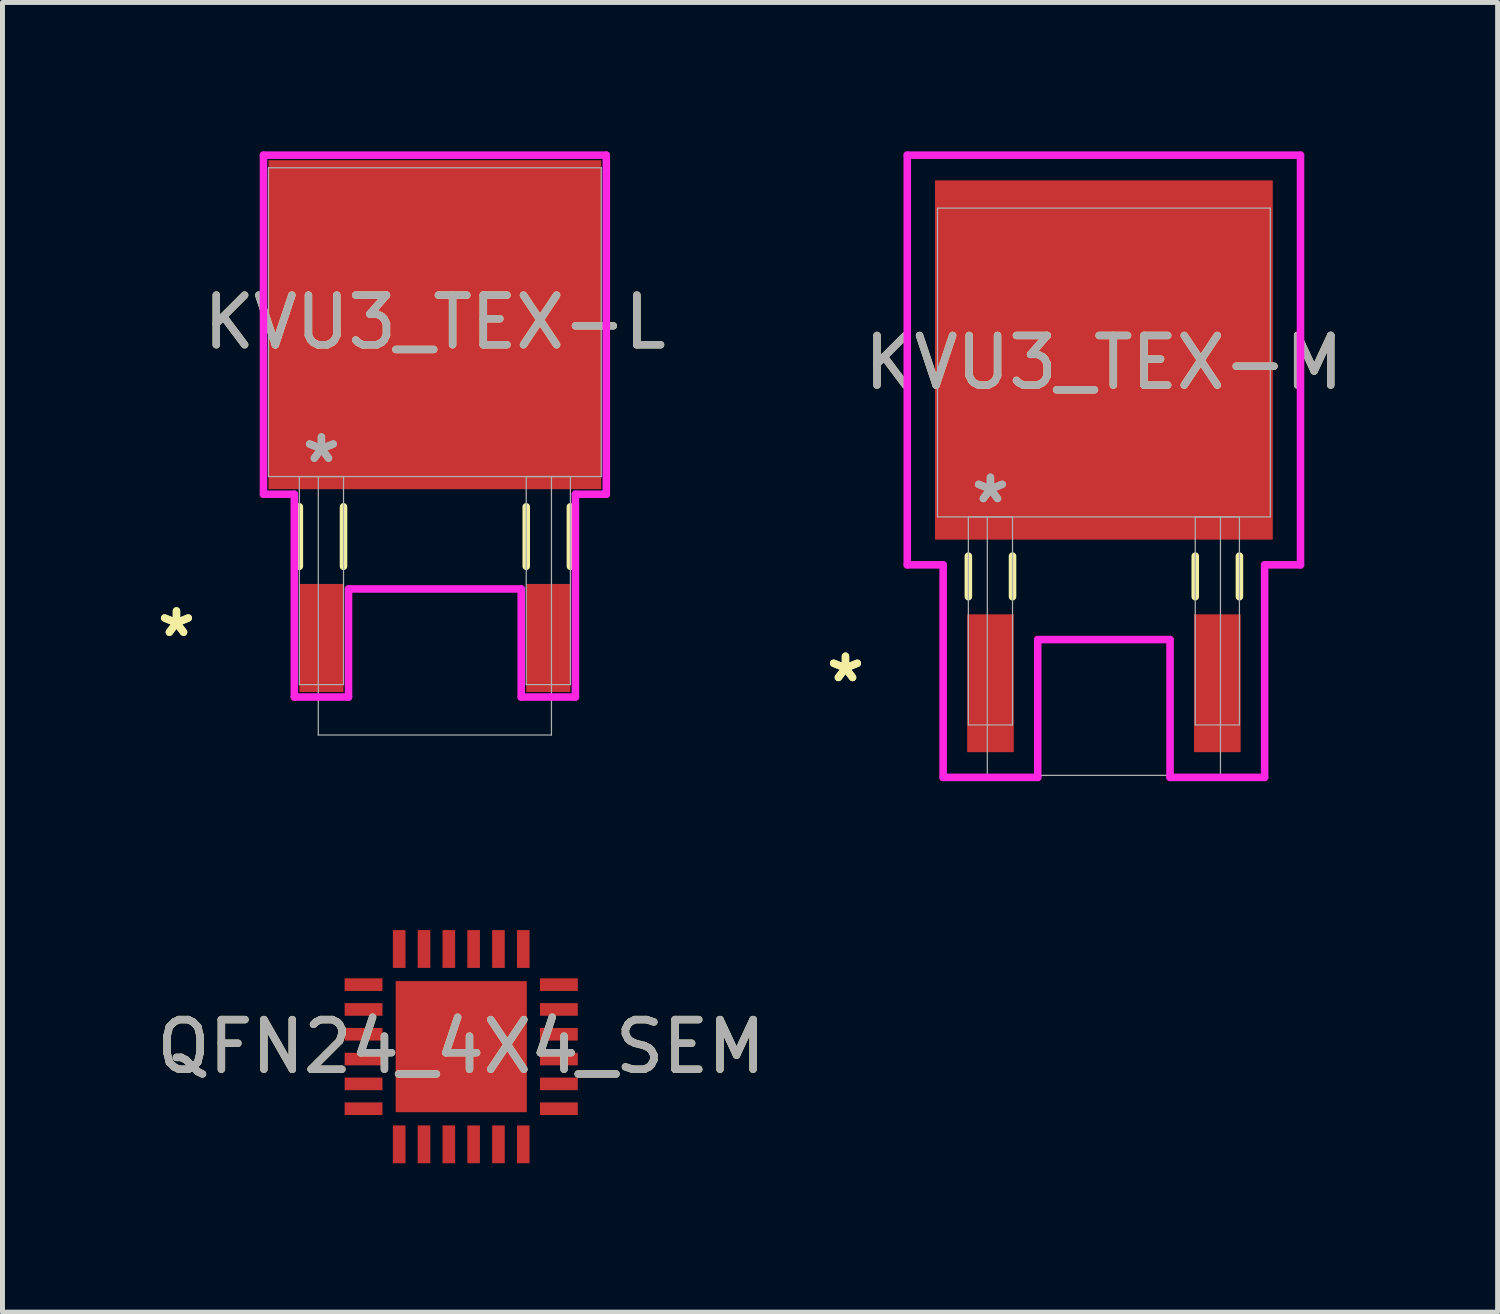
<source format=kicad_pcb>
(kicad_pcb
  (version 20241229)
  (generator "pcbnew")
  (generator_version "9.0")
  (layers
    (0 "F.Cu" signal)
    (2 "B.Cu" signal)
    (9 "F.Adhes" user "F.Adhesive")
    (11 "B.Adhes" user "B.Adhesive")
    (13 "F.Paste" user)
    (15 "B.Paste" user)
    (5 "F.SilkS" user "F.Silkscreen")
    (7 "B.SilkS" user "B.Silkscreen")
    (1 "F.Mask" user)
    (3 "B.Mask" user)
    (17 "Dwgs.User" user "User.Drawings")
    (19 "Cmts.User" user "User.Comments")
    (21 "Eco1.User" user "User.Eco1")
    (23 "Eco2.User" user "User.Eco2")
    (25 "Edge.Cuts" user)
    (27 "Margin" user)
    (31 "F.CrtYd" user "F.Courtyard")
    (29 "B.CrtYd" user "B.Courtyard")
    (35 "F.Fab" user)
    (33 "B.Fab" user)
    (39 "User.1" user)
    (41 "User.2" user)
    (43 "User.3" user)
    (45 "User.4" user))
  (footprint "KVU3_TEX-L"
    (layer "F.Cu")
    (at 5.713 3.442)
    (property "Reference" "KVU3_TEX-L" (at 0 0 0) (unlocked yes) (layer "F.SilkS") (effects (font (size 1 1) (thickness 0.15))))
    (attr smd)
    (fp_line (start -2.731 3.721) (end -2.731 4.919) (stroke (width 0.152) (type solid)) (layer "F.SilkS"))
    (fp_line (start -1.841 3.721) (end -1.841 4.919) (stroke (width 0.152) (type solid)) (layer "F.SilkS"))
    (fp_line (start 1.841 3.721) (end 1.841 4.919) (stroke (width 0.152) (type solid)) (layer "F.SilkS"))
    (fp_line (start 2.731 3.721) (end 2.731 4.919) (stroke (width 0.152) (type solid)) (layer "F.SilkS"))
    (fp_line (start -3.454 -3.365) (end 3.454 -3.365) (stroke (width 0.152) (type solid)) (layer "F.CrtYd"))
    (fp_line (start -3.454 3.467) (end -3.454 -3.365) (stroke (width 0.152) (type solid)) (layer "F.CrtYd"))
    (fp_line (start -2.832 3.467) (end -3.454 3.467) (stroke (width 0.152) (type solid)) (layer "F.CrtYd"))
    (fp_line (start -2.832 7.554) (end -2.832 3.467) (stroke (width 0.152) (type solid)) (layer "F.CrtYd"))
    (fp_line (start -1.74 5.376) (end -1.74 7.554) (stroke (width 0.152) (type solid)) (layer "F.CrtYd"))
    (fp_line (start -1.74 7.554) (end -2.832 7.554) (stroke (width 0.152) (type solid)) (layer "F.CrtYd"))
    (fp_line (start 1.74 5.376) (end -1.74 5.376) (stroke (width 0.152) (type solid)) (layer "F.CrtYd"))
    (fp_line (start 1.74 7.554) (end 1.74 5.376) (stroke (width 0.152) (type solid)) (layer "F.CrtYd"))
    (fp_line (start 2.832 3.467) (end 2.832 7.554) (stroke (width 0.152) (type solid)) (layer "F.CrtYd"))
    (fp_line (start 2.832 7.554) (end 1.74 7.554) (stroke (width 0.152) (type solid)) (layer "F.CrtYd"))
    (fp_line (start 3.454 -3.365) (end 3.454 3.467) (stroke (width 0.152) (type solid)) (layer "F.CrtYd"))
    (fp_line (start 3.454 3.467) (end 2.832 3.467) (stroke (width 0.152) (type solid)) (layer "F.CrtYd"))
    (fp_line (start -3.353 -3.111) (end -3.353 3.111) (stroke (width 0.025) (type solid)) (layer "F.Fab"))
    (fp_line (start -3.353 3.111) (end 3.353 3.111) (stroke (width 0.025) (type solid)) (layer "F.Fab"))
    (fp_line (start -2.731 3.111) (end -2.731 7.303) (stroke (width 0.025) (type solid)) (layer "F.Fab"))
    (fp_line (start -2.731 7.303) (end -1.841 7.303) (stroke (width 0.025) (type solid)) (layer "F.Fab"))
    (fp_line (start -2.349 3.111) (end -2.349 8.319) (stroke (width 0.025) (type solid)) (layer "F.Fab"))
    (fp_line (start -2.349 8.319) (end 2.349 8.319) (stroke (width 0.025) (type solid)) (layer "F.Fab"))
    (fp_line (start -1.841 3.111) (end -2.731 3.111) (stroke (width 0.025) (type solid)) (layer "F.Fab"))
    (fp_line (start -1.841 7.303) (end -1.841 3.111) (stroke (width 0.025) (type solid)) (layer "F.Fab"))
    (fp_line (start 1.841 3.111) (end 1.841 7.303) (stroke (width 0.025) (type solid)) (layer "F.Fab"))
    (fp_line (start 1.841 7.303) (end 2.731 7.303) (stroke (width 0.025) (type solid)) (layer "F.Fab"))
    (fp_line (start 2.349 8.319) (end 2.349 3.111) (stroke (width 0.025) (type solid)) (layer "F.Fab"))
    (fp_line (start 2.731 3.111) (end 1.841 3.111) (stroke (width 0.025) (type solid)) (layer "F.Fab"))
    (fp_line (start 2.731 7.303) (end 2.731 3.111) (stroke (width 0.025) (type solid)) (layer "F.Fab"))
    (fp_line (start 3.353 -3.111) (end -3.353 -3.111) (stroke (width 0.025) (type solid)) (layer "F.Fab"))
    (fp_line (start 3.353 3.111) (end 3.353 -3.111) (stroke (width 0.025) (type solid)) (layer "F.Fab"))
    (fp_text user "*" (at -5.207 6.364 0) (unlocked yes) (layer "F.SilkS") (effects (font (size 1 1) (thickness 0.15))))
    (fp_text user "*" (at -5.207 6.364 0) (layer "F.SilkS") (effects (font (size 1 1) (thickness 0.15))))
    (fp_text user "*" (at -2.286 2.857 0) (layer "F.Fab") (effects (font (size 1 1) (thickness 0.15))))
    (fp_text user "*" (at -2.286 2.857 0) (unlocked yes) (layer "F.Fab") (effects (font (size 1 1) (thickness 0.15))))
    (fp_text user "${REFERENCE}" (at 0 0 0) (unlocked yes) (layer "F.Fab") (effects (font (size 1 1) (thickness 0.15))))
    (pad "1" smd rect (at -2.286 6.364) (size 0.889 2.178) (layers "F.Cu" "F.Mask" "F.Paste"))
    (pad "2" smd rect (at 0 0.051) (size 6.706 6.629) (layers "F.Cu" "F.Mask" "F.Paste"))
    (pad "3" smd rect (at 2.286 6.364) (size 0.889 2.178) (layers "F.Cu" "F.Mask" "F.Paste")))
  (footprint "KVU3_TEX-M"
    (layer "F.Cu")
    (at 19.194 4.255)
    (property "Reference" "KVU3_TEX-M" (at 0 0 0) (unlocked yes) (layer "F.SilkS") (effects (font (size 1 1) (thickness 0.15))))
    (attr smd)
    (fp_line (start -2.731 3.901) (end -2.731 4.719) (stroke (width 0.152) (type solid)) (layer "F.SilkS"))
    (fp_line (start -1.841 3.901) (end -1.841 4.719) (stroke (width 0.152) (type solid)) (layer "F.SilkS"))
    (fp_line (start 1.841 3.901) (end 1.841 4.719) (stroke (width 0.152) (type solid)) (layer "F.SilkS"))
    (fp_line (start 2.731 3.901) (end 2.731 4.719) (stroke (width 0.152) (type solid)) (layer "F.SilkS"))
    (fp_line (start -3.962 -4.178) (end 3.962 -4.178) (stroke (width 0.152) (type solid)) (layer "F.CrtYd"))
    (fp_line (start -3.962 4.077) (end -3.962 -4.178) (stroke (width 0.152) (type solid)) (layer "F.CrtYd"))
    (fp_line (start -3.239 4.077) (end -3.962 4.077) (stroke (width 0.152) (type solid)) (layer "F.CrtYd"))
    (fp_line (start -3.239 8.36) (end -3.239 4.077) (stroke (width 0.152) (type solid)) (layer "F.CrtYd"))
    (fp_line (start -1.333 5.583) (end -1.333 8.36) (stroke (width 0.152) (type solid)) (layer "F.CrtYd"))
    (fp_line (start -1.333 8.36) (end -3.239 8.36) (stroke (width 0.152) (type solid)) (layer "F.CrtYd"))
    (fp_line (start 1.333 5.583) (end -1.333 5.583) (stroke (width 0.152) (type solid)) (layer "F.CrtYd"))
    (fp_line (start 1.333 8.36) (end 1.333 5.583) (stroke (width 0.152) (type solid)) (layer "F.CrtYd"))
    (fp_line (start 3.239 4.077) (end 3.239 8.36) (stroke (width 0.152) (type solid)) (layer "F.CrtYd"))
    (fp_line (start 3.239 8.36) (end 1.333 8.36) (stroke (width 0.152) (type solid)) (layer "F.CrtYd"))
    (fp_line (start 3.962 -4.178) (end 3.962 4.077) (stroke (width 0.152) (type solid)) (layer "F.CrtYd"))
    (fp_line (start 3.962 4.077) (end 3.239 4.077) (stroke (width 0.152) (type solid)) (layer "F.CrtYd"))
    (fp_line (start -3.353 -3.111) (end -3.353 3.111) (stroke (width 0.025) (type solid)) (layer "F.Fab"))
    (fp_line (start -3.353 3.111) (end 3.353 3.111) (stroke (width 0.025) (type solid)) (layer "F.Fab"))
    (fp_line (start -2.731 3.111) (end -2.731 7.303) (stroke (width 0.025) (type solid)) (layer "F.Fab"))
    (fp_line (start -2.731 7.303) (end -1.841 7.303) (stroke (width 0.025) (type solid)) (layer "F.Fab"))
    (fp_line (start -2.349 3.111) (end -2.349 8.319) (stroke (width 0.025) (type solid)) (layer "F.Fab"))
    (fp_line (start -2.349 8.319) (end 2.349 8.319) (stroke (width 0.025) (type solid)) (layer "F.Fab"))
    (fp_line (start -1.841 3.111) (end -2.731 3.111) (stroke (width 0.025) (type solid)) (layer "F.Fab"))
    (fp_line (start -1.841 7.303) (end -1.841 3.111) (stroke (width 0.025) (type solid)) (layer "F.Fab"))
    (fp_line (start 1.841 3.111) (end 1.841 7.303) (stroke (width 0.025) (type solid)) (layer "F.Fab"))
    (fp_line (start 1.841 7.303) (end 2.731 7.303) (stroke (width 0.025) (type solid)) (layer "F.Fab"))
    (fp_line (start 2.349 8.319) (end 2.349 3.111) (stroke (width 0.025) (type solid)) (layer "F.Fab"))
    (fp_line (start 2.731 3.111) (end 1.841 3.111) (stroke (width 0.025) (type solid)) (layer "F.Fab"))
    (fp_line (start 2.731 7.303) (end 2.731 3.111) (stroke (width 0.025) (type solid)) (layer "F.Fab"))
    (fp_line (start 3.353 -3.111) (end -3.353 -3.111) (stroke (width 0.025) (type solid)) (layer "F.Fab"))
    (fp_line (start 3.353 3.111) (end 3.353 -3.111) (stroke (width 0.025) (type solid)) (layer "F.Fab"))
    (fp_text user "*" (at -5.207 6.463 0) (layer "F.SilkS") (effects (font (size 1 1) (thickness 0.15))))
    (fp_text user "*" (at -5.207 6.463 0) (unlocked yes) (layer "F.SilkS") (effects (font (size 1 1) (thickness 0.15))))
    (fp_text user "${REFERENCE}" (at 0 0 0) (unlocked yes) (layer "F.Fab") (effects (font (size 1 1) (thickness 0.15))))
    (fp_text user "*" (at -2.286 2.857 0) (unlocked yes) (layer "F.Fab") (effects (font (size 1 1) (thickness 0.15))))
    (fp_text user "*" (at -2.286 2.857 0) (layer "F.Fab") (effects (font (size 1 1) (thickness 0.15))))
    (pad "1" smd rect (at -2.286 6.463) (size 0.939 2.778) (layers "F.Cu" "F.Mask" "F.Paste"))
    (pad "2" smd rect (at 0 -0.051) (size 6.807 7.239) (layers "F.Cu" "F.Mask" "F.Paste"))
    (pad "3" smd rect (at 2.286 6.463) (size 0.939 2.778) (layers "F.Cu" "F.Mask" "F.Paste")))
  (footprint "QFN24_4X4_SEM"
    (layer "F.Cu")
    (at 6.244 18.041)
    (property "Reference" "QFN24_4X4_SEM" (at 0 0 0) (unlocked yes) (layer "F.SilkS") (effects (font (size 1 1) (thickness 0.15))))
    (attr smd)
    (fp_text user "${REFERENCE}" (at 0 0 0) (unlocked yes) (layer "F.Fab") (effects (font (size 1 1) (thickness 0.15))))
    (pad "1" smd rect (at -1.968 -1.25 90) (size 0.254 0.762) (layers "F.Cu" "F.Mask" "F.Paste"))
    (pad "2" smd rect (at -1.968 -0.75 90) (size 0.254 0.762) (layers "F.Cu" "F.Mask" "F.Paste"))
    (pad "3" smd rect (at -1.968 -0.25 90) (size 0.254 0.762) (layers "F.Cu" "F.Mask" "F.Paste"))
    (pad "4" smd rect (at -1.968 0.25 90) (size 0.254 0.762) (layers "F.Cu" "F.Mask" "F.Paste"))
    (pad "5" smd rect (at -1.968 0.75 90) (size 0.254 0.762) (layers "F.Cu" "F.Mask" "F.Paste"))
    (pad "6" smd rect (at -1.968 1.25 90) (size 0.254 0.762) (layers "F.Cu" "F.Mask" "F.Paste"))
    (pad "7" smd rect (at -1.25 1.968) (size 0.254 0.762) (layers "F.Cu" "F.Mask" "F.Paste"))
    (pad "8" smd rect (at -0.75 1.968) (size 0.254 0.762) (layers "F.Cu" "F.Mask" "F.Paste"))
    (pad "9" smd rect (at -0.25 1.968) (size 0.254 0.762) (layers "F.Cu" "F.Mask" "F.Paste"))
    (pad "10" smd rect (at 0.25 1.968) (size 0.254 0.762) (layers "F.Cu" "F.Mask" "F.Paste"))
    (pad "11" smd rect (at 0.75 1.968) (size 0.254 0.762) (layers "F.Cu" "F.Mask" "F.Paste"))
    (pad "12" smd rect (at 1.25 1.968) (size 0.254 0.762) (layers "F.Cu" "F.Mask" "F.Paste"))
    (pad "13" smd rect (at 1.968 1.25 90) (size 0.254 0.762) (layers "F.Cu" "F.Mask" "F.Paste"))
    (pad "14" smd rect (at 1.968 0.75 90) (size 0.254 0.762) (layers "F.Cu" "F.Mask" "F.Paste"))
    (pad "15" smd rect (at 1.968 0.25 90) (size 0.254 0.762) (layers "F.Cu" "F.Mask" "F.Paste"))
    (pad "16" smd rect (at 1.968 -0.25 90) (size 0.254 0.762) (layers "F.Cu" "F.Mask" "F.Paste"))
    (pad "17" smd rect (at 1.968 -0.75 90) (size 0.254 0.762) (layers "F.Cu" "F.Mask" "F.Paste"))
    (pad "18" smd rect (at 1.968 -1.25 90) (size 0.254 0.762) (layers "F.Cu" "F.Mask" "F.Paste"))
    (pad "19" smd rect (at 1.25 -1.968) (size 0.254 0.762) (layers "F.Cu" "F.Mask" "F.Paste"))
    (pad "20" smd rect (at 0.75 -1.968) (size 0.254 0.762) (layers "F.Cu" "F.Mask" "F.Paste"))
    (pad "21" smd rect (at 0.25 -1.968) (size 0.254 0.762) (layers "F.Cu" "F.Mask" "F.Paste"))
    (pad "22" smd rect (at -0.25 -1.968) (size 0.254 0.762) (layers "F.Cu" "F.Mask" "F.Paste"))
    (pad "23" smd rect (at -0.75 -1.968) (size 0.254 0.762) (layers "F.Cu" "F.Mask" "F.Paste"))
    (pad "24" smd rect (at -1.25 -1.968) (size 0.254 0.762) (layers "F.Cu" "F.Mask" "F.Paste"))
    (pad "25" smd rect (at 0 0) (size 2.642 2.642) (layers "F.Cu" "F.Mask" "F.Paste")))
  (gr_rect
    (start -3 -3)
    (end 27.128 23.39)
    (stroke (width 0.1) (type default))
    (fill no)
    (layer "Edge.Cuts")))
</source>
